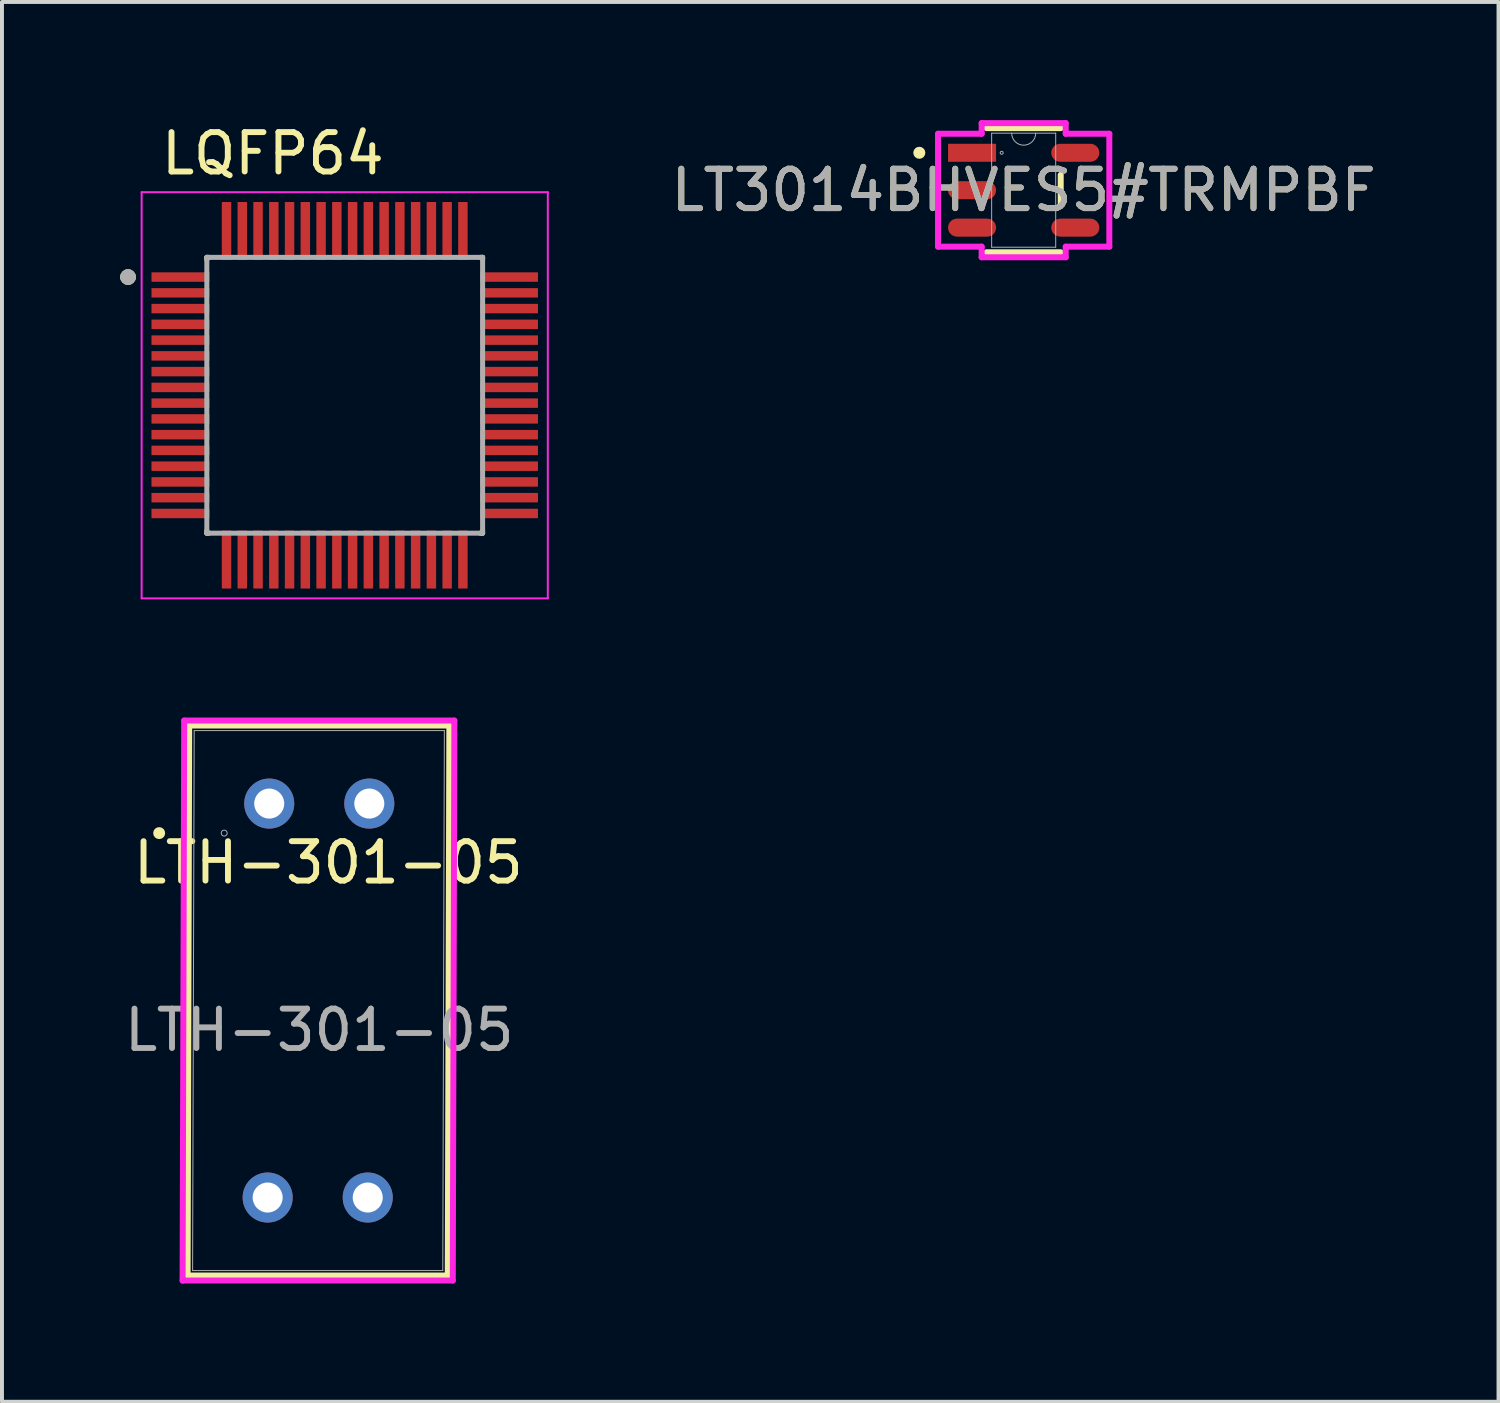
<source format=kicad_pcb>
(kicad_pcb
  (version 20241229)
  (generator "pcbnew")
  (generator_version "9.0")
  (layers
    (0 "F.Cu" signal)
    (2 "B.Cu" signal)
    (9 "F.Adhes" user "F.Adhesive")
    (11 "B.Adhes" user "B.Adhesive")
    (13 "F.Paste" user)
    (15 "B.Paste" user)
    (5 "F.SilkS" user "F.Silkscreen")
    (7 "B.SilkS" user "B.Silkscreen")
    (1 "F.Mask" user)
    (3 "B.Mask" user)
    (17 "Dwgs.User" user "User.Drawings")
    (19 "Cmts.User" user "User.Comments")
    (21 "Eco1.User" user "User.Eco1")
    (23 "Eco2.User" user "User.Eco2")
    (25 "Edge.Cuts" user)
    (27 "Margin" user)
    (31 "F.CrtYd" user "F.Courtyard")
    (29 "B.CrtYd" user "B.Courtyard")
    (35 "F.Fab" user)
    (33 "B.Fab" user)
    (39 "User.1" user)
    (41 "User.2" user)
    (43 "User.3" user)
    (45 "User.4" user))
  (footprint "LT3014BHVES5#TRMPBF"
    (layer "F.Cu")
    (at 22.934 1.778)
    (property "Reference" "LT3014BHVES5#TRMPBF" (at 0 0 0) (unlocked yes) (layer "F.SilkS") (effects (font (size 1 1) (thickness 0.15))))
    (attr smd)
    (fp_line (start -0.94 1.575) (end 0.94 1.575) (stroke (width 0.152) (type solid)) (layer "F.SilkS"))
    (fp_line (start 0.94 -1.575) (end -0.94 -1.575) (stroke (width 0.152) (type solid)) (layer "F.SilkS"))
    (fp_line (start 0.94 0.389) (end 0.94 -0.389) (stroke (width 0.152) (type solid)) (layer "F.SilkS"))
    (fp_circle (center -2.649 -0.95) (end -2.572 -0.95) (stroke (width 0.152) (type solid)) (fill no) (layer "F.SilkS"))
    (fp_line (start -2.174 -1.433) (end -1.067 -1.433) (stroke (width 0.152) (type solid)) (layer "F.CrtYd"))
    (fp_line (start -2.174 1.433) (end -2.174 -1.433) (stroke (width 0.152) (type solid)) (layer "F.CrtYd"))
    (fp_line (start -2.174 1.433) (end -1.067 1.433) (stroke (width 0.152) (type solid)) (layer "F.CrtYd"))
    (fp_line (start -1.067 -1.702) (end 1.067 -1.702) (stroke (width 0.152) (type solid)) (layer "F.CrtYd"))
    (fp_line (start -1.067 -1.433) (end -1.067 -1.702) (stroke (width 0.152) (type solid)) (layer "F.CrtYd"))
    (fp_line (start -1.067 1.702) (end -1.067 1.433) (stroke (width 0.152) (type solid)) (layer "F.CrtYd"))
    (fp_line (start 1.067 -1.702) (end 1.067 -1.433) (stroke (width 0.152) (type solid)) (layer "F.CrtYd"))
    (fp_line (start 1.067 1.433) (end 1.067 1.702) (stroke (width 0.152) (type solid)) (layer "F.CrtYd"))
    (fp_line (start 1.067 1.702) (end -1.067 1.702) (stroke (width 0.152) (type solid)) (layer "F.CrtYd"))
    (fp_line (start 2.174 -1.433) (end 1.067 -1.433) (stroke (width 0.152) (type solid)) (layer "F.CrtYd"))
    (fp_line (start 2.174 -1.433) (end 2.174 1.433) (stroke (width 0.152) (type solid)) (layer "F.CrtYd"))
    (fp_line (start 2.174 1.433) (end 1.067 1.433) (stroke (width 0.152) (type solid)) (layer "F.CrtYd"))
    (fp_line (start -0.813 -1.448) (end -0.813 1.448) (stroke (width 0.025) (type solid)) (layer "F.Fab"))
    (fp_line (start -0.813 1.448) (end 0.813 1.448) (stroke (width 0.025) (type solid)) (layer "F.Fab"))
    (fp_line (start 0.813 -1.448) (end -0.813 -1.448) (stroke (width 0.025) (type solid)) (layer "F.Fab"))
    (fp_line (start 0.813 1.448) (end 0.813 -1.448) (stroke (width 0.025) (type solid)) (layer "F.Fab"))
    (fp_arc (start 0.3048 -1.4478) (mid 0 -1.143) (end -0.3048 -1.4478) (stroke (width 0.0254) (type solid)) (layer "F.Fab"))
    (fp_circle (center -0.559 -0.95) (end -0.521 -0.95) (stroke (width 0.025) (type solid)) (fill no) (layer "F.Fab"))
    (fp_text user "${REFERENCE}" (at 0 0 0) (unlocked yes) (layer "F.Fab") (effects (font (size 1 1) (thickness 0.15))))
    (pad "1" smd rect (at -1.31 -0.95) (size 1.219 0.457) (layers "F.Cu" "F.Mask" "F.Paste"))
    (pad "2" smd oval (at -1.31 0) (size 1.219 0.457) (layers "F.Cu" "F.Mask" "F.Paste"))
    (pad "3" smd oval (at -1.31 0.95) (size 1.219 0.457) (layers "F.Cu" "F.Mask" "F.Paste"))
    (pad "4" smd oval (at 1.31 0.95) (size 1.219 0.457) (layers "F.Cu" "F.Mask" "F.Paste"))
    (pad "5" smd oval (at 1.31 -0.95) (size 1.219 0.457) (layers "F.Cu" "F.Mask" "F.Paste")))
  (footprint "LTH-301-05"
    (layer "F.Cu")
    (at 3.784 18.097)
    (property "Reference" "LTH-301-05" (at 1.5 0.75 0) (unlocked yes) (layer "F.SilkS") (effects (font (size 1 1) (thickness 0.15))))
    (attr through_hole)
    (fp_line (start -2.032 -2.731) (end -2.072 11.23) (stroke (width 0.152) (type solid)) (layer "F.SilkS"))
    (fp_line (start 4.532 11.23) (end -2.072 11.23) (stroke (width 0.152) (type solid)) (layer "F.SilkS"))
    (fp_line (start 4.572 -2.731) (end -2.032 -2.731) (stroke (width 0.152) (type solid)) (layer "F.SilkS"))
    (fp_line (start 4.572 -2.731) (end 4.532 11.23) (stroke (width 0.152) (type solid)) (layer "F.SilkS"))
    (fp_circle (center -2.794 0) (end -2.718 0) (stroke (width 0.152) (type solid)) (fill no) (layer "F.SilkS"))
    (fp_line (start -2.199 11.357) (end -2.159 -2.857) (stroke (width 0.152) (type solid)) (layer "F.CrtYd"))
    (fp_line (start -2.159 -2.857) (end 4.699 -2.857) (stroke (width 0.152) (type solid)) (layer "F.CrtYd"))
    (fp_line (start 4.659 11.357) (end -2.199 11.357) (stroke (width 0.152) (type solid)) (layer "F.CrtYd"))
    (fp_line (start 4.699 -2.857) (end 4.659 11.357) (stroke (width 0.152) (type solid)) (layer "F.CrtYd"))
    (fp_line (start -1.905 -2.603) (end -1.945 11.104) (stroke (width 0.025) (type solid)) (layer "F.Fab"))
    (fp_line (start 4.405 11.104) (end -1.945 11.104) (stroke (width 0.025) (type solid)) (layer "F.Fab"))
    (fp_line (start 4.445 -2.603) (end -1.905 -2.603) (stroke (width 0.025) (type solid)) (layer "F.Fab"))
    (fp_line (start 4.445 -2.603) (end 4.405 11.104) (stroke (width 0.025) (type solid)) (layer "F.Fab"))
    (fp_circle (center -1.143 0) (end -1.067 0) (stroke (width 0.025) (type solid)) (fill no) (layer "F.Fab"))
    (fp_text user "${REFERENCE}" (at 1.27 5 0) (unlocked yes) (layer "F.Fab") (effects (font (size 1 1) (thickness 0.15))))
    (pad "1" thru_hole circle (at 0 -0.75) (size 1.27 1.27) (drill 0.762) (layers "*.Cu" "*.Mask"))
    (pad "2" thru_hole circle (at -0.04 9.25) (size 1.27 1.27) (drill 0.762) (layers "*.Cu" "*.Mask"))
    (pad "3" thru_hole circle (at 2.5 9.25) (size 1.27 1.27) (drill 0.762) (layers "*.Cu" "*.Mask"))
    (pad "4" thru_hole circle (at 2.54 -0.75) (size 1.27 1.27) (drill 0.762) (layers "*.Cu" "*.Mask")))
  (footprint "LQFP64"
    (layer "F.Cu")
    (at 5.7 6.983)
    (property "Reference" "LQFP64" (at -1.825 -6.135 0) (layer "F.SilkS") (effects (font (size 1 1) (thickness 0.15))))
    (attr smd)
    (fp_line (start -3.5 -3.5) (end -3.5 -3.44) (stroke (width 0.127) (type solid)) (layer "F.SilkS"))
    (fp_line (start -3.5 -3.5) (end -3.44 -3.5) (stroke (width 0.127) (type solid)) (layer "F.SilkS"))
    (fp_line (start -3.5 3.5) (end -3.5 3.44) (stroke (width 0.127) (type solid)) (layer "F.SilkS"))
    (fp_line (start -3.5 3.5) (end -3.44 3.5) (stroke (width 0.127) (type solid)) (layer "F.SilkS"))
    (fp_line (start 3.5 -3.5) (end 3.44 -3.5) (stroke (width 0.127) (type solid)) (layer "F.SilkS"))
    (fp_line (start 3.5 -3.5) (end 3.5 -3.44) (stroke (width 0.127) (type solid)) (layer "F.SilkS"))
    (fp_line (start 3.5 3.5) (end 3.44 3.5) (stroke (width 0.127) (type solid)) (layer "F.SilkS"))
    (fp_line (start 3.5 3.5) (end 3.5 3.44) (stroke (width 0.127) (type solid)) (layer "F.SilkS"))
    (fp_circle (center -5.5 -3) (end -5.4 -3) (stroke (width 0.2) (type solid)) (fill no) (layer "F.SilkS"))
    (fp_line (start -5.155 -5.155) (end 5.155 -5.155) (stroke (width 0.05) (type solid)) (layer "F.CrtYd"))
    (fp_line (start -5.155 5.155) (end -5.155 -5.155) (stroke (width 0.05) (type solid)) (layer "F.CrtYd"))
    (fp_line (start -5.155 5.155) (end 5.155 5.155) (stroke (width 0.05) (type solid)) (layer "F.CrtYd"))
    (fp_line (start 5.155 5.155) (end 5.155 -5.155) (stroke (width 0.05) (type solid)) (layer "F.CrtYd"))
    (fp_line (start -3.5 3.5) (end -3.5 -3.5) (stroke (width 0.127) (type solid)) (layer "F.Fab"))
    (fp_line (start 3.5 -3.5) (end -3.5 -3.5) (stroke (width 0.127) (type solid)) (layer "F.Fab"))
    (fp_line (start 3.5 3.5) (end -3.5 3.5) (stroke (width 0.127) (type solid)) (layer "F.Fab"))
    (fp_line (start 3.5 3.5) (end 3.5 -3.5) (stroke (width 0.127) (type solid)) (layer "F.Fab"))
    (fp_circle (center -5.5 -3) (end -5.4 -3) (stroke (width 0.2) (type solid)) (fill no) (layer "F.Fab"))
    (pad "1" smd roundrect (at -4.17 -3) (size 1.47 0.24) (layers "F.Cu" "F.Mask" "F.Paste") (roundrect_rratio 0.03))
    (pad "2" smd roundrect (at -4.17 -2.6) (size 1.47 0.24) (layers "F.Cu" "F.Mask" "F.Paste") (roundrect_rratio 0.03))
    (pad "3" smd roundrect (at -4.17 -2.2) (size 1.47 0.24) (layers "F.Cu" "F.Mask" "F.Paste") (roundrect_rratio 0.03))
    (pad "4" smd roundrect (at -4.17 -1.8) (size 1.47 0.24) (layers "F.Cu" "F.Mask" "F.Paste") (roundrect_rratio 0.03))
    (pad "5" smd roundrect (at -4.17 -1.4) (size 1.47 0.24) (layers "F.Cu" "F.Mask" "F.Paste") (roundrect_rratio 0.03))
    (pad "6" smd roundrect (at -4.17 -1) (size 1.47 0.24) (layers "F.Cu" "F.Mask" "F.Paste") (roundrect_rratio 0.03))
    (pad "7" smd roundrect (at -4.17 -0.6) (size 1.47 0.24) (layers "F.Cu" "F.Mask" "F.Paste") (roundrect_rratio 0.03))
    (pad "8" smd roundrect (at -4.17 -0.2) (size 1.47 0.24) (layers "F.Cu" "F.Mask" "F.Paste") (roundrect_rratio 0.03))
    (pad "9" smd roundrect (at -4.17 0.2) (size 1.47 0.24) (layers "F.Cu" "F.Mask" "F.Paste") (roundrect_rratio 0.03))
    (pad "10" smd roundrect (at -4.17 0.6) (size 1.47 0.24) (layers "F.Cu" "F.Mask" "F.Paste") (roundrect_rratio 0.03))
    (pad "11" smd roundrect (at -4.17 1) (size 1.47 0.24) (layers "F.Cu" "F.Mask" "F.Paste") (roundrect_rratio 0.03))
    (pad "12" smd roundrect (at -4.17 1.4) (size 1.47 0.24) (layers "F.Cu" "F.Mask" "F.Paste") (roundrect_rratio 0.03))
    (pad "13" smd roundrect (at -4.17 1.8) (size 1.47 0.24) (layers "F.Cu" "F.Mask" "F.Paste") (roundrect_rratio 0.03))
    (pad "14" smd roundrect (at -4.17 2.2) (size 1.47 0.24) (layers "F.Cu" "F.Mask" "F.Paste") (roundrect_rratio 0.03))
    (pad "15" smd roundrect (at -4.17 2.6) (size 1.47 0.24) (layers "F.Cu" "F.Mask" "F.Paste") (roundrect_rratio 0.03))
    (pad "16" smd roundrect (at -4.17 3) (size 1.47 0.24) (layers "F.Cu" "F.Mask" "F.Paste") (roundrect_rratio 0.03))
    (pad "17" smd roundrect (at -3 4.17 90) (size 1.47 0.24) (layers "F.Cu" "F.Mask" "F.Paste") (roundrect_rratio 0.03))
    (pad "18" smd roundrect (at -2.6 4.17 90) (size 1.47 0.24) (layers "F.Cu" "F.Mask" "F.Paste") (roundrect_rratio 0.03))
    (pad "19" smd roundrect (at -2.2 4.17 90) (size 1.47 0.24) (layers "F.Cu" "F.Mask" "F.Paste") (roundrect_rratio 0.03))
    (pad "20" smd roundrect (at -1.8 4.17 90) (size 1.47 0.24) (layers "F.Cu" "F.Mask" "F.Paste") (roundrect_rratio 0.03))
    (pad "21" smd roundrect (at -1.4 4.17 90) (size 1.47 0.24) (layers "F.Cu" "F.Mask" "F.Paste") (roundrect_rratio 0.03))
    (pad "22" smd roundrect (at -1 4.17 90) (size 1.47 0.24) (layers "F.Cu" "F.Mask" "F.Paste") (roundrect_rratio 0.03))
    (pad "23" smd roundrect (at -0.6 4.17 90) (size 1.47 0.24) (layers "F.Cu" "F.Mask" "F.Paste") (roundrect_rratio 0.03))
    (pad "24" smd roundrect (at -0.2 4.17 90) (size 1.47 0.24) (layers "F.Cu" "F.Mask" "F.Paste") (roundrect_rratio 0.03))
    (pad "25" smd roundrect (at 0.2 4.17 90) (size 1.47 0.24) (layers "F.Cu" "F.Mask" "F.Paste") (roundrect_rratio 0.03))
    (pad "26" smd roundrect (at 0.6 4.17 90) (size 1.47 0.24) (layers "F.Cu" "F.Mask" "F.Paste") (roundrect_rratio 0.03))
    (pad "27" smd roundrect (at 1 4.17 90) (size 1.47 0.24) (layers "F.Cu" "F.Mask" "F.Paste") (roundrect_rratio 0.03))
    (pad "28" smd roundrect (at 1.4 4.17 90) (size 1.47 0.24) (layers "F.Cu" "F.Mask" "F.Paste") (roundrect_rratio 0.03))
    (pad "29" smd roundrect (at 1.8 4.17 90) (size 1.47 0.24) (layers "F.Cu" "F.Mask" "F.Paste") (roundrect_rratio 0.03))
    (pad "30" smd roundrect (at 2.2 4.17 90) (size 1.47 0.24) (layers "F.Cu" "F.Mask" "F.Paste") (roundrect_rratio 0.03))
    (pad "31" smd roundrect (at 2.6 4.17 90) (size 1.47 0.24) (layers "F.Cu" "F.Mask" "F.Paste") (roundrect_rratio 0.03))
    (pad "32" smd roundrect (at 3 4.17 90) (size 1.47 0.24) (layers "F.Cu" "F.Mask" "F.Paste") (roundrect_rratio 0.03))
    (pad "33" smd roundrect (at 4.17 3) (size 1.47 0.24) (layers "F.Cu" "F.Mask" "F.Paste") (roundrect_rratio 0.03))
    (pad "34" smd roundrect (at 4.17 2.6) (size 1.47 0.24) (layers "F.Cu" "F.Mask" "F.Paste") (roundrect_rratio 0.03))
    (pad "35" smd roundrect (at 4.17 2.2) (size 1.47 0.24) (layers "F.Cu" "F.Mask" "F.Paste") (roundrect_rratio 0.03))
    (pad "36" smd roundrect (at 4.17 1.8) (size 1.47 0.24) (layers "F.Cu" "F.Mask" "F.Paste") (roundrect_rratio 0.03))
    (pad "37" smd roundrect (at 4.17 1.4) (size 1.47 0.24) (layers "F.Cu" "F.Mask" "F.Paste") (roundrect_rratio 0.03))
    (pad "38" smd roundrect (at 4.17 1) (size 1.47 0.24) (layers "F.Cu" "F.Mask" "F.Paste") (roundrect_rratio 0.03))
    (pad "39" smd roundrect (at 4.17 0.6) (size 1.47 0.24) (layers "F.Cu" "F.Mask" "F.Paste") (roundrect_rratio 0.03))
    (pad "40" smd roundrect (at 4.17 0.2) (size 1.47 0.24) (layers "F.Cu" "F.Mask" "F.Paste") (roundrect_rratio 0.03))
    (pad "41" smd roundrect (at 4.17 -0.2) (size 1.47 0.24) (layers "F.Cu" "F.Mask" "F.Paste") (roundrect_rratio 0.03))
    (pad "42" smd roundrect (at 4.17 -0.6) (size 1.47 0.24) (layers "F.Cu" "F.Mask" "F.Paste") (roundrect_rratio 0.03))
    (pad "43" smd roundrect (at 4.17 -1) (size 1.47 0.24) (layers "F.Cu" "F.Mask" "F.Paste") (roundrect_rratio 0.03))
    (pad "44" smd roundrect (at 4.17 -1.4) (size 1.47 0.24) (layers "F.Cu" "F.Mask" "F.Paste") (roundrect_rratio 0.03))
    (pad "45" smd roundrect (at 4.17 -1.8) (size 1.47 0.24) (layers "F.Cu" "F.Mask" "F.Paste") (roundrect_rratio 0.03))
    (pad "46" smd roundrect (at 4.17 -2.2) (size 1.47 0.24) (layers "F.Cu" "F.Mask" "F.Paste") (roundrect_rratio 0.03))
    (pad "47" smd roundrect (at 4.17 -2.6) (size 1.47 0.24) (layers "F.Cu" "F.Mask" "F.Paste") (roundrect_rratio 0.03))
    (pad "48" smd roundrect (at 4.17 -3) (size 1.47 0.24) (layers "F.Cu" "F.Mask" "F.Paste") (roundrect_rratio 0.03))
    (pad "49" smd roundrect (at 3 -4.17 90) (size 1.47 0.24) (layers "F.Cu" "F.Mask" "F.Paste") (roundrect_rratio 0.03))
    (pad "50" smd roundrect (at 2.6 -4.17 90) (size 1.47 0.24) (layers "F.Cu" "F.Mask" "F.Paste") (roundrect_rratio 0.03))
    (pad "51" smd roundrect (at 2.2 -4.17 90) (size 1.47 0.24) (layers "F.Cu" "F.Mask" "F.Paste") (roundrect_rratio 0.03))
    (pad "52" smd roundrect (at 1.8 -4.17 90) (size 1.47 0.24) (layers "F.Cu" "F.Mask" "F.Paste") (roundrect_rratio 0.03))
    (pad "53" smd roundrect (at 1.4 -4.17 90) (size 1.47 0.24) (layers "F.Cu" "F.Mask" "F.Paste") (roundrect_rratio 0.03))
    (pad "54" smd roundrect (at 1 -4.17 90) (size 1.47 0.24) (layers "F.Cu" "F.Mask" "F.Paste") (roundrect_rratio 0.03))
    (pad "55" smd roundrect (at 0.6 -4.17 90) (size 1.47 0.24) (layers "F.Cu" "F.Mask" "F.Paste") (roundrect_rratio 0.03))
    (pad "56" smd roundrect (at 0.2 -4.17 90) (size 1.47 0.24) (layers "F.Cu" "F.Mask" "F.Paste") (roundrect_rratio 0.03))
    (pad "57" smd roundrect (at -0.2 -4.17 90) (size 1.47 0.24) (layers "F.Cu" "F.Mask" "F.Paste") (roundrect_rratio 0.03))
    (pad "58" smd roundrect (at -0.6 -4.17 90) (size 1.47 0.24) (layers "F.Cu" "F.Mask" "F.Paste") (roundrect_rratio 0.03))
    (pad "59" smd roundrect (at -1 -4.17 90) (size 1.47 0.24) (layers "F.Cu" "F.Mask" "F.Paste") (roundrect_rratio 0.03))
    (pad "60" smd roundrect (at -1.4 -4.17 90) (size 1.47 0.24) (layers "F.Cu" "F.Mask" "F.Paste") (roundrect_rratio 0.03))
    (pad "61" smd roundrect (at -1.8 -4.17 90) (size 1.47 0.24) (layers "F.Cu" "F.Mask" "F.Paste") (roundrect_rratio 0.03))
    (pad "62" smd roundrect (at -2.2 -4.17 90) (size 1.47 0.24) (layers "F.Cu" "F.Mask" "F.Paste") (roundrect_rratio 0.03))
    (pad "63" smd roundrect (at -2.6 -4.17 90) (size 1.47 0.24) (layers "F.Cu" "F.Mask" "F.Paste") (roundrect_rratio 0.03))
    (pad "64" smd roundrect (at -3 -4.17 90) (size 1.47 0.24) (layers "F.Cu" "F.Mask" "F.Paste") (roundrect_rratio 0.03)))
  (gr_rect
    (start -3 -3)
    (end 34.987 32.531)
    (stroke (width 0.1) (type default))
    (fill no)
    (layer "Edge.Cuts")))
</source>
